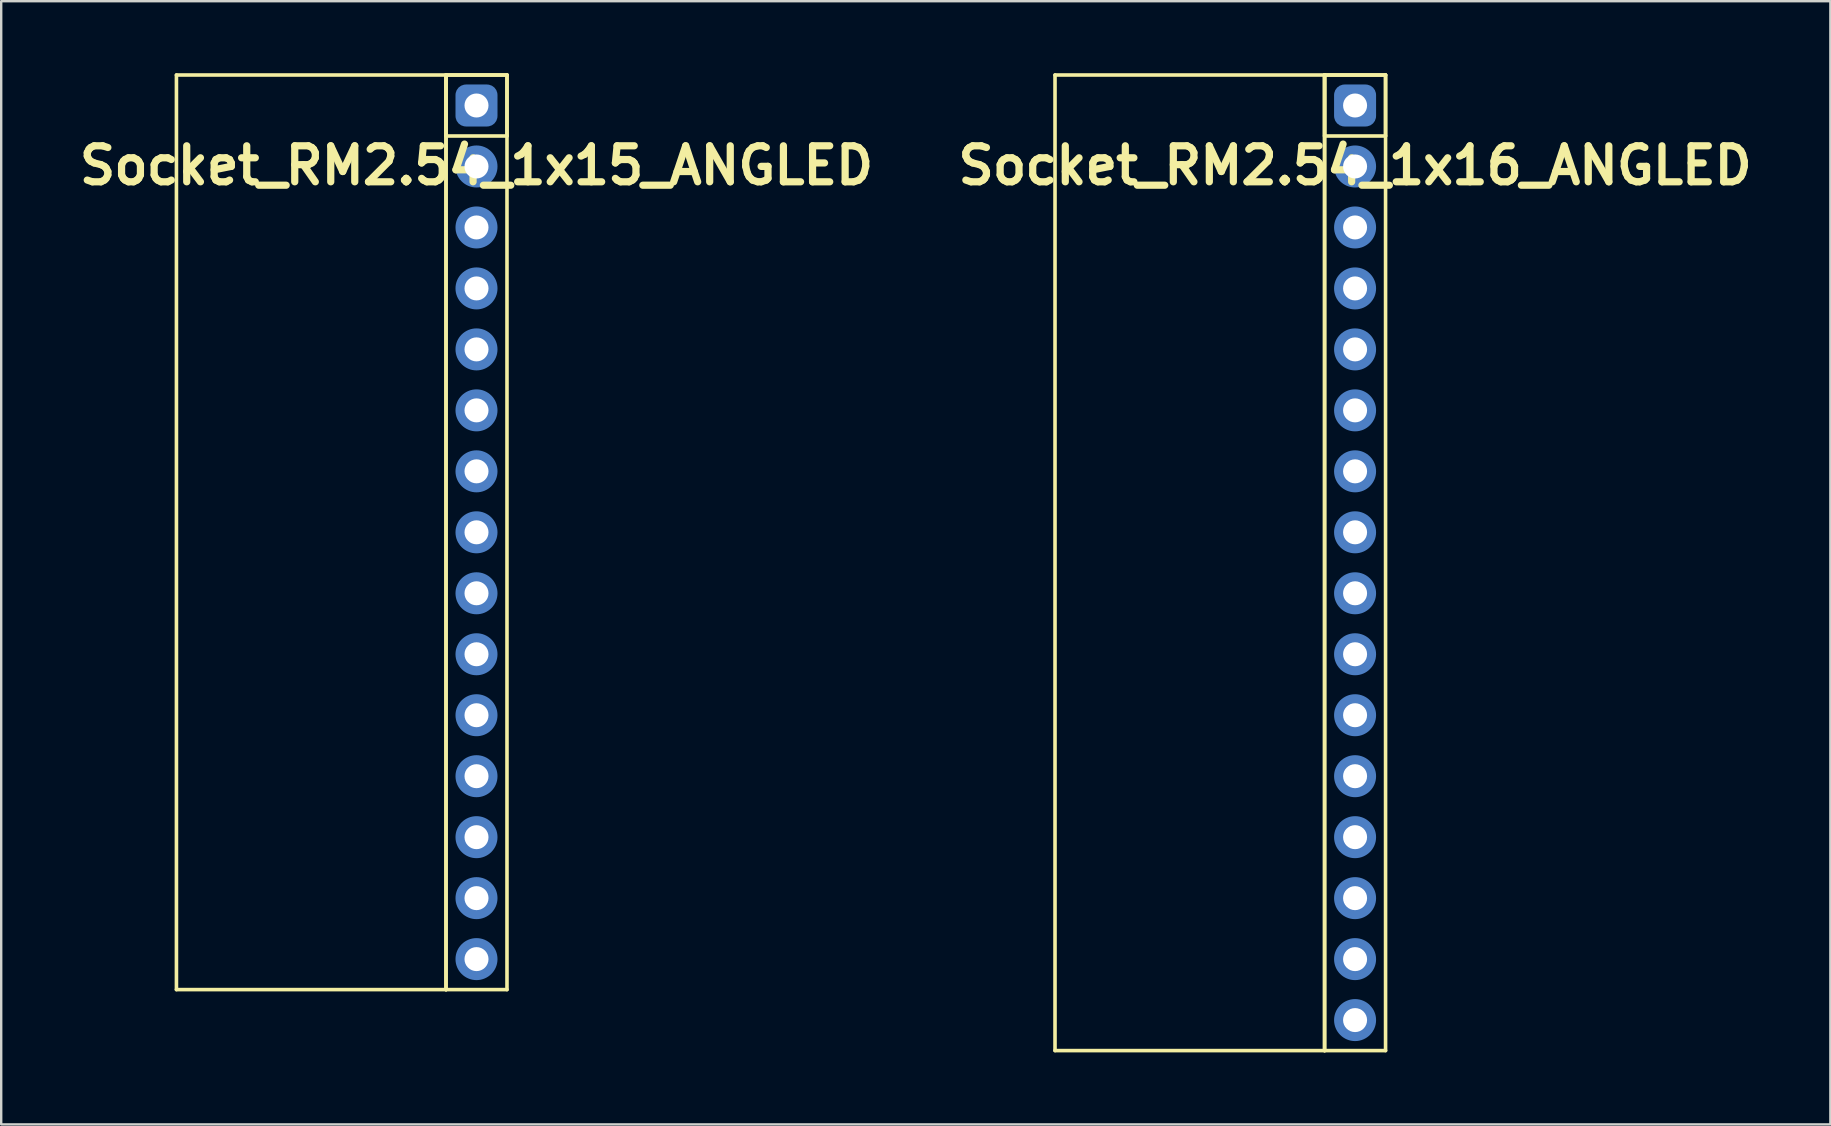
<source format=kicad_pcb>
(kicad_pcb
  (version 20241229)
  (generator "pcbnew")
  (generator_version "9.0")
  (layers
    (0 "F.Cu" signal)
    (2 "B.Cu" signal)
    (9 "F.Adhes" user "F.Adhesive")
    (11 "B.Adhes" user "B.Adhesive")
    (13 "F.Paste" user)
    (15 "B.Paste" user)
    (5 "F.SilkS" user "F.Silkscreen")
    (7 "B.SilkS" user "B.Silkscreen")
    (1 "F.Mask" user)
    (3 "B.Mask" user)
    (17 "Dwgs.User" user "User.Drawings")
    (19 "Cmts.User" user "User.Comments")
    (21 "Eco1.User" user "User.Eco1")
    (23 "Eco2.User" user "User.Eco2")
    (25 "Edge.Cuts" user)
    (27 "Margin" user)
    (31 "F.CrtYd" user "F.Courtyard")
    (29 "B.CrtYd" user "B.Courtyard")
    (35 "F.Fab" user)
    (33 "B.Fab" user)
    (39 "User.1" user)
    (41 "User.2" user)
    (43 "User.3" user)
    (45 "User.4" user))
  (footprint "Socket_RM2.54_1x15_ANGLED"
    (layer "F.Cu")
    (at 16.8 1.345)
    (property "Reference" "Socket_RM2.54_1x15_ANGLED" (at 0 2.5 0) (layer "F.SilkS") (effects (font (size 1.5 1.5) (thickness 0.3))))
    (attr through_hole)
    (fp_line (start -12.5 -1.27) (end -1.27 -1.27) (stroke (width 0.15) (type solid)) (layer "F.SilkS"))
    (fp_line (start -12.5 36.83) (end -12.5 -1.27) (stroke (width 0.15) (type solid)) (layer "F.SilkS"))
    (fp_line (start -1.27 -1.27) (end -1.27 36.83) (stroke (width 0.15) (type solid)) (layer "F.SilkS"))
    (fp_line (start -1.27 -1.27) (end 1.27 -1.27) (stroke (width 0.15) (type solid)) (layer "F.SilkS"))
    (fp_line (start -1.27 -1.27) (end 1.27 -1.27) (stroke (width 0.15) (type solid)) (layer "F.SilkS"))
    (fp_line (start -1.27 1.27) (end -1.27 -1.27) (stroke (width 0.15) (type solid)) (layer "F.SilkS"))
    (fp_line (start -1.27 36.83) (end -12.5 36.83) (stroke (width 0.15) (type solid)) (layer "F.SilkS"))
    (fp_line (start -1.27 36.83) (end -1.27 -1.27) (stroke (width 0.15) (type solid)) (layer "F.SilkS"))
    (fp_line (start 1.27 -1.27) (end 1.27 1.27) (stroke (width 0.15) (type solid)) (layer "F.SilkS"))
    (fp_line (start 1.27 -1.27) (end 1.27 36.83) (stroke (width 0.15) (type solid)) (layer "F.SilkS"))
    (fp_line (start 1.27 1.27) (end -1.27 1.27) (stroke (width 0.15) (type solid)) (layer "F.SilkS"))
    (fp_line (start 1.27 36.83) (end -1.27 36.83) (stroke (width 0.15) (type solid)) (layer "F.SilkS"))
    (pad "1" thru_hole circle (at 0 0) (size 1.3 1.3) (drill 1) (layers "*.Cu" "*.Mask"))
    (pad "1" smd roundrect (at 0 0) (size 1.5 1.5) (layers "F.Cu" "F.Mask") (roundrect_rratio 0.25))
    (pad "1" smd roundrect (at 0 0) (size 1.75 1.75) (layers "B.Cu" "B.Mask") (roundrect_rratio 0.25))
    (pad "2" thru_hole circle (at 0 2.54) (size 1.3 1.3) (drill 1) (layers "*.Cu" "*.Mask"))
    (pad "2" smd circle (at 0 2.54) (size 1.5 1.5) (layers "F.Cu" "F.Mask"))
    (pad "2" smd circle (at 0 2.54) (size 1.75 1.75) (layers "B.Cu" "B.Mask"))
    (pad "3" thru_hole circle (at 0 5.08) (size 1.3 1.3) (drill 1) (layers "*.Cu" "*.Mask"))
    (pad "3" smd circle (at 0 5.08) (size 1.5 1.5) (layers "F.Cu" "F.Mask"))
    (pad "3" smd circle (at 0 5.08) (size 1.75 1.75) (layers "B.Cu" "B.Mask"))
    (pad "4" thru_hole circle (at 0 7.62) (size 1.3 1.3) (drill 1) (layers "*.Cu" "*.Mask"))
    (pad "4" smd circle (at 0 7.62) (size 1.5 1.5) (layers "F.Cu" "F.Mask"))
    (pad "4" smd circle (at 0 7.62) (size 1.75 1.75) (layers "B.Cu" "B.Mask"))
    (pad "5" thru_hole circle (at 0 10.16) (size 1.3 1.3) (drill 1) (layers "*.Cu" "*.Mask"))
    (pad "5" smd circle (at 0 10.16) (size 1.5 1.5) (layers "F.Cu" "F.Mask"))
    (pad "5" smd circle (at 0 10.16) (size 1.75 1.75) (layers "B.Cu" "B.Mask"))
    (pad "6" thru_hole circle (at 0 12.7) (size 1.3 1.3) (drill 1) (layers "*.Cu" "*.Mask"))
    (pad "6" smd circle (at 0 12.7) (size 1.5 1.5) (layers "F.Cu" "F.Mask"))
    (pad "6" smd circle (at 0 12.7) (size 1.75 1.75) (layers "B.Cu" "B.Mask"))
    (pad "7" thru_hole circle (at 0 15.24) (size 1.3 1.3) (drill 1) (layers "*.Cu" "*.Mask"))
    (pad "7" smd circle (at 0 15.24) (size 1.5 1.5) (layers "F.Cu" "F.Mask"))
    (pad "7" smd circle (at 0 15.24) (size 1.75 1.75) (layers "B.Cu" "B.Mask"))
    (pad "8" thru_hole circle (at 0 17.78) (size 1.3 1.3) (drill 1) (layers "*.Cu" "*.Mask"))
    (pad "8" smd circle (at 0 17.78) (size 1.5 1.5) (layers "F.Cu" "F.Mask"))
    (pad "8" smd circle (at 0 17.78) (size 1.75 1.75) (layers "B.Cu" "B.Mask"))
    (pad "9" thru_hole circle (at 0 20.32) (size 1.3 1.3) (drill 1) (layers "*.Cu" "*.Mask"))
    (pad "9" smd circle (at 0 20.32) (size 1.5 1.5) (layers "F.Cu" "F.Mask"))
    (pad "9" smd circle (at 0 20.32) (size 1.75 1.75) (layers "B.Cu" "B.Mask"))
    (pad "10" thru_hole circle (at 0 22.86) (size 1.3 1.3) (drill 1) (layers "*.Cu" "*.Mask"))
    (pad "10" smd circle (at 0 22.86) (size 1.5 1.5) (layers "F.Cu" "F.Mask"))
    (pad "10" smd circle (at 0 22.86) (size 1.75 1.75) (layers "B.Cu" "B.Mask"))
    (pad "11" thru_hole circle (at 0 25.4) (size 1.3 1.3) (drill 1) (layers "*.Cu" "*.Mask"))
    (pad "11" smd circle (at 0 25.4) (size 1.5 1.5) (layers "F.Cu" "F.Mask"))
    (pad "11" smd circle (at 0 25.4) (size 1.75 1.75) (layers "B.Cu" "B.Mask"))
    (pad "12" thru_hole circle (at 0 27.94) (size 1.3 1.3) (drill 1) (layers "*.Cu" "*.Mask"))
    (pad "12" smd circle (at 0 27.94) (size 1.5 1.5) (layers "F.Cu" "F.Mask"))
    (pad "12" smd circle (at 0 27.94) (size 1.75 1.75) (layers "B.Cu" "B.Mask"))
    (pad "13" thru_hole circle (at 0 30.48) (size 1.3 1.3) (drill 1) (layers "*.Cu" "*.Mask"))
    (pad "13" smd circle (at 0 30.48) (size 1.5 1.5) (layers "F.Cu" "F.Mask"))
    (pad "13" smd circle (at 0 30.48) (size 1.75 1.75) (layers "B.Cu" "B.Mask"))
    (pad "14" thru_hole circle (at 0 33.02) (size 1.3 1.3) (drill 1) (layers "*.Cu" "*.Mask"))
    (pad "14" smd circle (at 0 33.02) (size 1.5 1.5) (layers "F.Cu" "F.Mask"))
    (pad "14" smd circle (at 0 33.02) (size 1.75 1.75) (layers "B.Cu" "B.Mask"))
    (pad "15" thru_hole circle (at 0 35.56) (size 1.3 1.3) (drill 1) (layers "*.Cu" "*.Mask"))
    (pad "15" smd circle (at 0 35.56) (size 1.5 1.5) (layers "F.Cu" "F.Mask"))
    (pad "15" smd circle (at 0 35.56) (size 1.75 1.75) (layers "B.Cu" "B.Mask")))
  (footprint "Socket_RM2.54_1x16_ANGLED"
    (layer "F.Cu")
    (at 53.4 1.345)
    (property "Reference" "Socket_RM2.54_1x16_ANGLED" (at 0 2.5 0) (layer "F.SilkS") (effects (font (size 1.5 1.5) (thickness 0.3))))
    (attr through_hole)
    (fp_line (start -12.5 -1.27) (end -1.27 -1.27) (stroke (width 0.15) (type solid)) (layer "F.SilkS"))
    (fp_line (start -12.5 39.37) (end -12.5 -1.27) (stroke (width 0.15) (type solid)) (layer "F.SilkS"))
    (fp_line (start -1.27 -1.27) (end -1.27 39.37) (stroke (width 0.15) (type solid)) (layer "F.SilkS"))
    (fp_line (start -1.27 -1.27) (end 1.27 -1.27) (stroke (width 0.15) (type solid)) (layer "F.SilkS"))
    (fp_line (start -1.27 -1.27) (end 1.27 -1.27) (stroke (width 0.15) (type solid)) (layer "F.SilkS"))
    (fp_line (start -1.27 1.27) (end -1.27 -1.27) (stroke (width 0.15) (type solid)) (layer "F.SilkS"))
    (fp_line (start -1.27 39.37) (end -12.5 39.37) (stroke (width 0.15) (type solid)) (layer "F.SilkS"))
    (fp_line (start -1.27 39.37) (end -1.27 -1.27) (stroke (width 0.15) (type solid)) (layer "F.SilkS"))
    (fp_line (start 1.27 -1.27) (end 1.27 1.27) (stroke (width 0.15) (type solid)) (layer "F.SilkS"))
    (fp_line (start 1.27 -1.27) (end 1.27 39.37) (stroke (width 0.15) (type solid)) (layer "F.SilkS"))
    (fp_line (start 1.27 1.27) (end -1.27 1.27) (stroke (width 0.15) (type solid)) (layer "F.SilkS"))
    (fp_line (start 1.27 39.37) (end -1.27 39.37) (stroke (width 0.15) (type solid)) (layer "F.SilkS"))
    (pad "1" thru_hole circle (at 0 0) (size 1.3 1.3) (drill 1) (layers "*.Cu" "*.Mask"))
    (pad "1" smd roundrect (at 0 0) (size 1.5 1.5) (layers "F.Cu" "F.Mask") (roundrect_rratio 0.25))
    (pad "1" smd roundrect (at 0 0) (size 1.75 1.75) (layers "B.Cu" "B.Mask") (roundrect_rratio 0.25))
    (pad "2" thru_hole circle (at 0 2.54) (size 1.3 1.3) (drill 1) (layers "*.Cu" "*.Mask"))
    (pad "2" smd circle (at 0 2.54) (size 1.5 1.5) (layers "F.Cu" "F.Mask"))
    (pad "2" smd circle (at 0 2.54) (size 1.75 1.75) (layers "B.Cu" "B.Mask"))
    (pad "3" thru_hole circle (at 0 5.08) (size 1.3 1.3) (drill 1) (layers "*.Cu" "*.Mask"))
    (pad "3" smd circle (at 0 5.08) (size 1.5 1.5) (layers "F.Cu" "F.Mask"))
    (pad "3" smd circle (at 0 5.08) (size 1.75 1.75) (layers "B.Cu" "B.Mask"))
    (pad "4" thru_hole circle (at 0 7.62) (size 1.3 1.3) (drill 1) (layers "*.Cu" "*.Mask"))
    (pad "4" smd circle (at 0 7.62) (size 1.5 1.5) (layers "F.Cu" "F.Mask"))
    (pad "4" smd circle (at 0 7.62) (size 1.75 1.75) (layers "B.Cu" "B.Mask"))
    (pad "5" thru_hole circle (at 0 10.16) (size 1.3 1.3) (drill 1) (layers "*.Cu" "*.Mask"))
    (pad "5" smd circle (at 0 10.16) (size 1.5 1.5) (layers "F.Cu" "F.Mask"))
    (pad "5" smd circle (at 0 10.16) (size 1.75 1.75) (layers "B.Cu" "B.Mask"))
    (pad "6" thru_hole circle (at 0 12.7) (size 1.3 1.3) (drill 1) (layers "*.Cu" "*.Mask"))
    (pad "6" smd circle (at 0 12.7) (size 1.5 1.5) (layers "F.Cu" "F.Mask"))
    (pad "6" smd circle (at 0 12.7) (size 1.75 1.75) (layers "B.Cu" "B.Mask"))
    (pad "7" thru_hole circle (at 0 15.24) (size 1.3 1.3) (drill 1) (layers "*.Cu" "*.Mask"))
    (pad "7" smd circle (at 0 15.24) (size 1.5 1.5) (layers "F.Cu" "F.Mask"))
    (pad "7" smd circle (at 0 15.24) (size 1.75 1.75) (layers "B.Cu" "B.Mask"))
    (pad "8" thru_hole circle (at 0 17.78) (size 1.3 1.3) (drill 1) (layers "*.Cu" "*.Mask"))
    (pad "8" smd circle (at 0 17.78) (size 1.5 1.5) (layers "F.Cu" "F.Mask"))
    (pad "8" smd circle (at 0 17.78) (size 1.75 1.75) (layers "B.Cu" "B.Mask"))
    (pad "9" thru_hole circle (at 0 20.32) (size 1.3 1.3) (drill 1) (layers "*.Cu" "*.Mask"))
    (pad "9" smd circle (at 0 20.32) (size 1.5 1.5) (layers "F.Cu" "F.Mask"))
    (pad "9" smd circle (at 0 20.32) (size 1.75 1.75) (layers "B.Cu" "B.Mask"))
    (pad "10" thru_hole circle (at 0 22.86) (size 1.3 1.3) (drill 1) (layers "*.Cu" "*.Mask"))
    (pad "10" smd circle (at 0 22.86) (size 1.5 1.5) (layers "F.Cu" "F.Mask"))
    (pad "10" smd circle (at 0 22.86) (size 1.75 1.75) (layers "B.Cu" "B.Mask"))
    (pad "11" thru_hole circle (at 0 25.4) (size 1.3 1.3) (drill 1) (layers "*.Cu" "*.Mask"))
    (pad "11" smd circle (at 0 25.4) (size 1.5 1.5) (layers "F.Cu" "F.Mask"))
    (pad "11" smd circle (at 0 25.4) (size 1.75 1.75) (layers "B.Cu" "B.Mask"))
    (pad "12" thru_hole circle (at 0 27.94) (size 1.3 1.3) (drill 1) (layers "*.Cu" "*.Mask"))
    (pad "12" smd circle (at 0 27.94) (size 1.5 1.5) (layers "F.Cu" "F.Mask"))
    (pad "12" smd circle (at 0 27.94) (size 1.75 1.75) (layers "B.Cu" "B.Mask"))
    (pad "13" thru_hole circle (at 0 30.48) (size 1.3 1.3) (drill 1) (layers "*.Cu" "*.Mask"))
    (pad "13" smd circle (at 0 30.48) (size 1.5 1.5) (layers "F.Cu" "F.Mask"))
    (pad "13" smd circle (at 0 30.48) (size 1.75 1.75) (layers "B.Cu" "B.Mask"))
    (pad "14" thru_hole circle (at 0 33.02) (size 1.3 1.3) (drill 1) (layers "*.Cu" "*.Mask"))
    (pad "14" smd circle (at 0 33.02) (size 1.5 1.5) (layers "F.Cu" "F.Mask"))
    (pad "14" smd circle (at 0 33.02) (size 1.75 1.75) (layers "B.Cu" "B.Mask"))
    (pad "15" thru_hole circle (at 0 35.56) (size 1.3 1.3) (drill 1) (layers "*.Cu" "*.Mask"))
    (pad "15" smd circle (at 0 35.56) (size 1.5 1.5) (layers "F.Cu" "F.Mask"))
    (pad "15" smd circle (at 0 35.56) (size 1.75 1.75) (layers "B.Cu" "B.Mask"))
    (pad "16" thru_hole circle (at 0 38.1) (size 1.3 1.3) (drill 1) (layers "*.Cu" "*.Mask"))
    (pad "16" smd circle (at 0 38.1) (size 1.5 1.5) (layers "F.Cu" "F.Mask"))
    (pad "16" smd circle (at 0 38.1) (size 1.75 1.75) (layers "B.Cu" "B.Mask")))
  (gr_rect
    (start -3 -3)
    (end 73.2 43.79)
    (stroke (width 0.1) (type default))
    (fill no)
    (layer "Edge.Cuts")))
</source>
